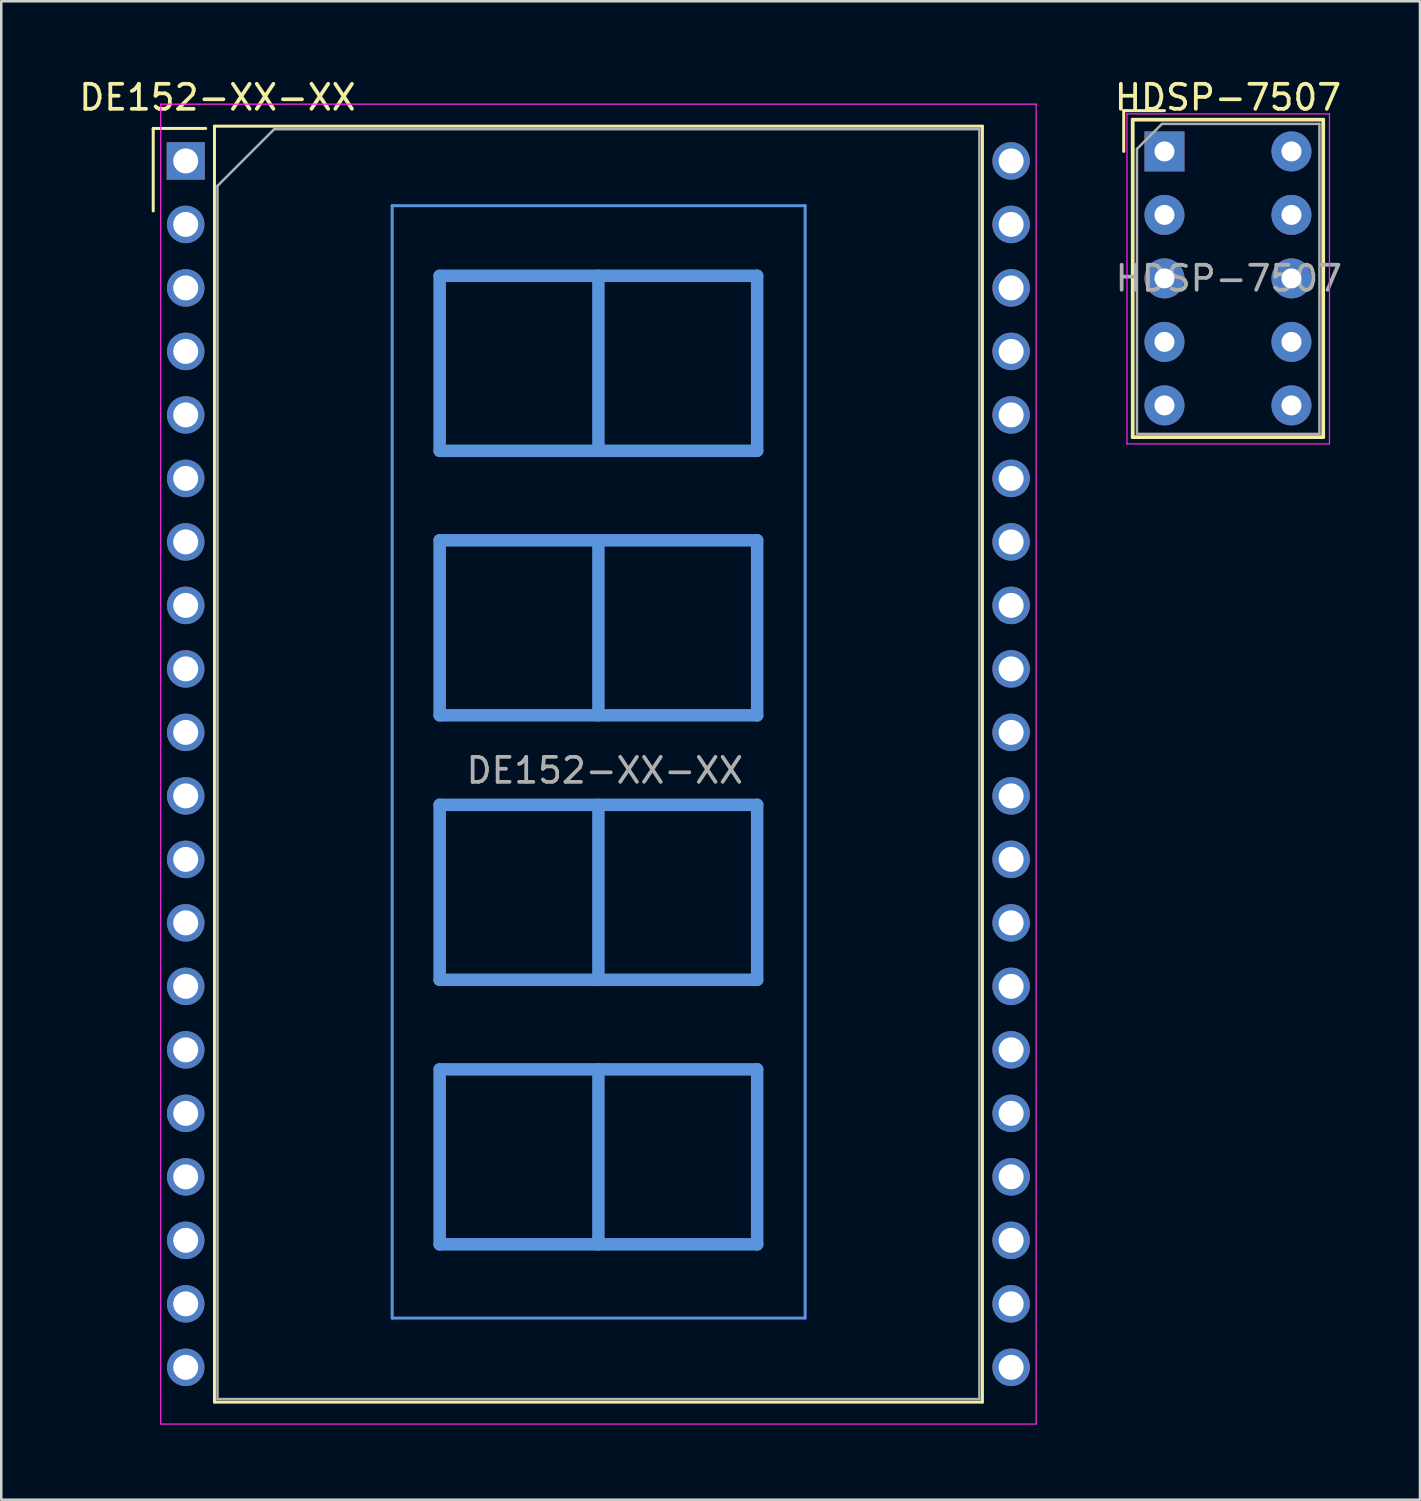
<source format=kicad_pcb>
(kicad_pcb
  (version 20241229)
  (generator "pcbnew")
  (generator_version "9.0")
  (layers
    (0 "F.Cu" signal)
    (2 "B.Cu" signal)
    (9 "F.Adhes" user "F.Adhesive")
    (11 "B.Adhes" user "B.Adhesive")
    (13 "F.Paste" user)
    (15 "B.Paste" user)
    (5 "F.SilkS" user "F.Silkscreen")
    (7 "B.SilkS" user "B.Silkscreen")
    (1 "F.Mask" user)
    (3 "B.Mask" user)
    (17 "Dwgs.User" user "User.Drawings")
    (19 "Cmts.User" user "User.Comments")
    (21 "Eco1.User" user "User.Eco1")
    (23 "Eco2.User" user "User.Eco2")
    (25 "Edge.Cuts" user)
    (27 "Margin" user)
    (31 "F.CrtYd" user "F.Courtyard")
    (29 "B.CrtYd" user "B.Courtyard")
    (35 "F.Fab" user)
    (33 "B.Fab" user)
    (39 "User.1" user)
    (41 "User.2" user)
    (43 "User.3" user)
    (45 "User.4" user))
  (footprint "DE152-XX-XX"
    (layer "F.Cu")
    (at 4.379 3.388)
    (property "Reference" "DE152-XX-XX" (at 1.27 -2.54 0) (layer "F.SilkS") (effects (font (size 1 1) (thickness 0.15))))
    (attr through_hole)
    (fp_line (start -1.3 -1.3) (end -1.3 2) (stroke (width 0.12) (type solid)) (layer "F.SilkS"))
    (fp_line (start -1.3 -1.3) (end 0.8 -1.3) (stroke (width 0.12) (type solid)) (layer "F.SilkS"))
    (fp_line (start 1.15 -1.39) (end 1.15 49.65) (stroke (width 0.12) (type solid)) (layer "F.SilkS"))
    (fp_line (start 1.15 49.65) (end 31.87 49.65) (stroke (width 0.12) (type solid)) (layer "F.SilkS"))
    (fp_line (start 31.87 -1.39) (end 1.15 -1.39) (stroke (width 0.12) (type solid)) (layer "F.SilkS"))
    (fp_line (start 31.87 49.65) (end 31.87 -1.39) (stroke (width 0.12) (type solid)) (layer "F.SilkS"))
    (fp_line (start 8.26 1.79) (end 8.26 46.29) (stroke (width 0.12) (type solid)) (layer "Cmts.User"))
    (fp_line (start 8.26 1.79) (end 24.78 1.79) (stroke (width 0.12) (type solid)) (layer "Cmts.User"))
    (fp_line (start 8.26 46.29) (end 24.78 46.29) (stroke (width 0.12) (type solid)) (layer "Cmts.User"))
    (fp_line (start 10.16 4.595) (end 22.86 4.595) (stroke (width 0.5) (type solid)) (layer "Cmts.User"))
    (fp_line (start 10.16 11.595) (end 10.16 4.595) (stroke (width 0.5) (type solid)) (layer "Cmts.User"))
    (fp_line (start 10.16 15.177) (end 22.86 15.177) (stroke (width 0.5) (type solid)) (layer "Cmts.User"))
    (fp_line (start 10.16 22.177) (end 10.16 15.177) (stroke (width 0.5) (type solid)) (layer "Cmts.User"))
    (fp_line (start 10.16 25.758) (end 22.86 25.758) (stroke (width 0.5) (type solid)) (layer "Cmts.User"))
    (fp_line (start 10.16 32.758) (end 10.16 25.758) (stroke (width 0.5) (type solid)) (layer "Cmts.User"))
    (fp_line (start 10.16 36.34) (end 22.86 36.34) (stroke (width 0.5) (type solid)) (layer "Cmts.User"))
    (fp_line (start 10.16 43.34) (end 10.16 36.34) (stroke (width 0.5) (type solid)) (layer "Cmts.User"))
    (fp_line (start 16.51 4.595) (end 16.51 11.595) (stroke (width 0.5) (type solid)) (layer "Cmts.User"))
    (fp_line (start 16.51 15.177) (end 16.51 22.177) (stroke (width 0.5) (type solid)) (layer "Cmts.User"))
    (fp_line (start 16.51 25.758) (end 16.51 32.758) (stroke (width 0.5) (type solid)) (layer "Cmts.User"))
    (fp_line (start 16.51 36.34) (end 16.51 43.34) (stroke (width 0.5) (type solid)) (layer "Cmts.User"))
    (fp_line (start 22.86 4.595) (end 22.86 11.595) (stroke (width 0.5) (type solid)) (layer "Cmts.User"))
    (fp_line (start 22.86 11.595) (end 10.16 11.595) (stroke (width 0.5) (type solid)) (layer "Cmts.User"))
    (fp_line (start 22.86 15.177) (end 22.86 22.177) (stroke (width 0.5) (type solid)) (layer "Cmts.User"))
    (fp_line (start 22.86 22.177) (end 10.16 22.177) (stroke (width 0.5) (type solid)) (layer "Cmts.User"))
    (fp_line (start 22.86 25.758) (end 22.86 32.758) (stroke (width 0.5) (type solid)) (layer "Cmts.User"))
    (fp_line (start 22.86 32.758) (end 10.16 32.758) (stroke (width 0.5) (type solid)) (layer "Cmts.User"))
    (fp_line (start 22.86 36.34) (end 22.86 43.34) (stroke (width 0.5) (type solid)) (layer "Cmts.User"))
    (fp_line (start 22.86 43.34) (end 10.16 43.34) (stroke (width 0.5) (type solid)) (layer "Cmts.User"))
    (fp_line (start 24.78 46.29) (end 24.78 1.79) (stroke (width 0.12) (type solid)) (layer "Cmts.User"))
    (fp_line (start -1 -2.27) (end 34.02 -2.27) (stroke (width 0.05) (type solid)) (layer "F.CrtYd"))
    (fp_line (start -1 50.53) (end -1 -2.27) (stroke (width 0.05) (type solid)) (layer "F.CrtYd"))
    (fp_line (start 34.02 -2.27) (end 34.02 50.53) (stroke (width 0.05) (type solid)) (layer "F.CrtYd"))
    (fp_line (start 34.02 50.53) (end -1 50.53) (stroke (width 0.05) (type solid)) (layer "F.CrtYd"))
    (fp_line (start 1.27 1) (end 3.54 -1.27) (stroke (width 0.1) (type solid)) (layer "F.Fab"))
    (fp_line (start 1.27 49.53) (end 1.27 1) (stroke (width 0.1) (type solid)) (layer "F.Fab"))
    (fp_line (start 3.54 -1.27) (end 31.75 -1.27) (stroke (width 0.1) (type solid)) (layer "F.Fab"))
    (fp_line (start 31.75 -1.27) (end 31.75 49.53) (stroke (width 0.1) (type solid)) (layer "F.Fab"))
    (fp_line (start 31.75 49.53) (end 1.27 49.53) (stroke (width 0.1) (type solid)) (layer "F.Fab"))
    (fp_text user "${REFERENCE}" (at 16.764 24.384 0) (layer "F.Fab") (effects (font (size 1 1) (thickness 0.15))))
    (pad "1" thru_hole rect (at 0 0 270) (size 1.5 1.524) (drill 1) (layers "*.Cu" "*.Mask"))
    (pad "2" thru_hole circle (at 0 2.54 270) (size 1.5 1.5) (drill 1) (layers "*.Cu" "*.Mask"))
    (pad "3" thru_hole circle (at 0 5.08 270) (size 1.5 1.5) (drill 1) (layers "*.Cu" "*.Mask"))
    (pad "4" thru_hole circle (at 0 7.62 270) (size 1.5 1.5) (drill 1) (layers "*.Cu" "*.Mask"))
    (pad "5" thru_hole circle (at 0 10.16 270) (size 1.5 1.5) (drill 1) (layers "*.Cu" "*.Mask"))
    (pad "6" thru_hole circle (at 0 12.7 270) (size 1.5 1.5) (drill 1) (layers "*.Cu" "*.Mask"))
    (pad "7" thru_hole circle (at 0 15.24 270) (size 1.5 1.5) (drill 1) (layers "*.Cu" "*.Mask"))
    (pad "8" thru_hole circle (at 0 17.78 270) (size 1.5 1.5) (drill 1) (layers "*.Cu" "*.Mask"))
    (pad "9" thru_hole circle (at 0 20.32 270) (size 1.5 1.5) (drill 1) (layers "*.Cu" "*.Mask"))
    (pad "10" thru_hole circle (at 0 22.86 270) (size 1.5 1.5) (drill 1) (layers "*.Cu" "*.Mask"))
    (pad "11" thru_hole circle (at 0 25.4 270) (size 1.5 1.5) (drill 1) (layers "*.Cu" "*.Mask"))
    (pad "12" thru_hole circle (at 0 27.94 270) (size 1.5 1.5) (drill 1) (layers "*.Cu" "*.Mask"))
    (pad "13" thru_hole circle (at 0 30.48 270) (size 1.5 1.5) (drill 1) (layers "*.Cu" "*.Mask"))
    (pad "14" thru_hole circle (at 0 33.02 270) (size 1.5 1.5) (drill 1) (layers "*.Cu" "*.Mask"))
    (pad "15" thru_hole circle (at 0 35.56 270) (size 1.5 1.5) (drill 1) (layers "*.Cu" "*.Mask"))
    (pad "16" thru_hole circle (at 0 38.1 270) (size 1.5 1.5) (drill 1) (layers "*.Cu" "*.Mask"))
    (pad "17" thru_hole circle (at 0 40.64 270) (size 1.5 1.5) (drill 1) (layers "*.Cu" "*.Mask"))
    (pad "18" thru_hole circle (at 0 43.18 270) (size 1.5 1.5) (drill 1) (layers "*.Cu" "*.Mask"))
    (pad "19" thru_hole circle (at 0 45.72 270) (size 1.5 1.5) (drill 1) (layers "*.Cu" "*.Mask"))
    (pad "20" thru_hole circle (at 0 48.26 270) (size 1.5 1.5) (drill 1) (layers "*.Cu" "*.Mask"))
    (pad "21" thru_hole circle (at 33.02 48.26 90) (size 1.5 1.5) (drill 1) (layers "*.Cu" "*.Mask"))
    (pad "22" thru_hole circle (at 33.02 45.72 90) (size 1.5 1.5) (drill 1) (layers "*.Cu" "*.Mask"))
    (pad "23" thru_hole circle (at 33.02 43.18 90) (size 1.5 1.5) (drill 1) (layers "*.Cu" "*.Mask"))
    (pad "24" thru_hole circle (at 33.02 40.64 90) (size 1.5 1.5) (drill 1) (layers "*.Cu" "*.Mask"))
    (pad "25" thru_hole circle (at 33.02 38.1 90) (size 1.5 1.5) (drill 1) (layers "*.Cu" "*.Mask"))
    (pad "26" thru_hole circle (at 33.02 35.56 270) (size 1.5 1.5) (drill 1) (layers "*.Cu" "*.Mask"))
    (pad "27" thru_hole circle (at 33.02 33.02 270) (size 1.5 1.5) (drill 1) (layers "*.Cu" "*.Mask"))
    (pad "28" thru_hole circle (at 33.02 30.48 270) (size 1.5 1.5) (drill 1) (layers "*.Cu" "*.Mask"))
    (pad "29" thru_hole circle (at 33.02 27.94 270) (size 1.5 1.5) (drill 1) (layers "*.Cu" "*.Mask"))
    (pad "30" thru_hole circle (at 33.02 25.4 270) (size 1.5 1.5) (drill 1) (layers "*.Cu" "*.Mask"))
    (pad "31" thru_hole circle (at 33.02 22.86 270) (size 1.5 1.5) (drill 1) (layers "*.Cu" "*.Mask"))
    (pad "32" thru_hole circle (at 33.02 20.32 270) (size 1.5 1.5) (drill 1) (layers "*.Cu" "*.Mask"))
    (pad "33" thru_hole circle (at 33.02 17.78 270) (size 1.5 1.5) (drill 1) (layers "*.Cu" "*.Mask"))
    (pad "34" thru_hole circle (at 33.02 15.24 270) (size 1.5 1.5) (drill 1) (layers "*.Cu" "*.Mask"))
    (pad "35" thru_hole circle (at 33.02 12.7 270) (size 1.5 1.5) (drill 1) (layers "*.Cu" "*.Mask"))
    (pad "36" thru_hole circle (at 33.02 10.16 270) (size 1.5 1.5) (drill 1) (layers "*.Cu" "*.Mask"))
    (pad "37" thru_hole circle (at 33.02 7.62 270) (size 1.5 1.5) (drill 1) (layers "*.Cu" "*.Mask"))
    (pad "38" thru_hole circle (at 33.02 5.08 270) (size 1.5 1.5) (drill 1) (layers "*.Cu" "*.Mask"))
    (pad "39" thru_hole circle (at 33.02 2.54 270) (size 1.5 1.5) (drill 1) (layers "*.Cu" "*.Mask"))
    (pad "40" thru_hole circle (at 33.02 0 270) (size 1.5 1.5) (drill 1) (layers "*.Cu" "*.Mask")))
  (footprint "HDSP-7507"
    (layer "F.Cu")
    (at 43.533 3.007)
    (property "Reference" "HDSP-7507" (at 2.54 -2.159 0) (layer "F.SilkS") (effects (font (size 1 1) (thickness 0.15))))
    (attr through_hole)
    (fp_line (start -1.63 -1.63) (end 0 -1.63) (stroke (width 0.12) (type solid)) (layer "F.SilkS"))
    (fp_line (start -1.63 0) (end -1.63 -1.63) (stroke (width 0.12) (type solid)) (layer "F.SilkS"))
    (fp_line (start -1.27 -1.27) (end -1.27 11.43) (stroke (width 0.15) (type solid)) (layer "F.SilkS"))
    (fp_line (start -1.27 11.43) (end 6.35 11.43) (stroke (width 0.15) (type solid)) (layer "F.SilkS"))
    (fp_line (start 6.35 -1.27) (end -1.27 -1.27) (stroke (width 0.15) (type solid)) (layer "F.SilkS"))
    (fp_line (start 6.35 11.43) (end 6.35 -1.27) (stroke (width 0.15) (type solid)) (layer "F.SilkS"))
    (fp_line (start -1.5 -1.5) (end 6.6 -1.5) (stroke (width 0.05) (type solid)) (layer "F.CrtYd"))
    (fp_line (start -1.5 11.7) (end -1.5 -1.5) (stroke (width 0.05) (type solid)) (layer "F.CrtYd"))
    (fp_line (start 6.6 -1.5) (end 6.6 11.7) (stroke (width 0.05) (type solid)) (layer "F.CrtYd"))
    (fp_line (start 6.6 11.7) (end -1.5 11.7) (stroke (width 0.05) (type solid)) (layer "F.CrtYd"))
    (fp_line (start -1.1 -0.1) (end -0.1 -1.1) (stroke (width 0.1) (type solid)) (layer "F.Fab"))
    (fp_line (start -1.1 11.3) (end -1.1 -0.1) (stroke (width 0.1) (type solid)) (layer "F.Fab"))
    (fp_line (start -0.1 -1.1) (end 6.2 -1.1) (stroke (width 0.1) (type solid)) (layer "F.Fab"))
    (fp_line (start 6.2 -1.1) (end 6.2 11.3) (stroke (width 0.1) (type solid)) (layer "F.Fab"))
    (fp_line (start 6.2 11.3) (end -1.1 11.3) (stroke (width 0.1) (type solid)) (layer "F.Fab"))
    (fp_text user "${REFERENCE}" (at 2.573 5.08 0) (layer "F.Fab") (effects (font (size 1 1) (thickness 0.15))))
    (pad "1" thru_hole rect (at 0 0) (size 1.6 1.6) (drill 0.8) (layers "*.Cu" "*.Mask"))
    (pad "2" thru_hole circle (at 0 2.54) (size 1.6 1.6) (drill 0.8) (layers "*.Cu" "*.Mask"))
    (pad "3" thru_hole circle (at 0 5.08) (size 1.6 1.6) (drill 0.8) (layers "*.Cu" "*.Mask"))
    (pad "4" thru_hole circle (at 0 7.62) (size 1.6 1.6) (drill 0.8) (layers "*.Cu" "*.Mask"))
    (pad "5" thru_hole circle (at 0 10.16) (size 1.6 1.6) (drill 0.8) (layers "*.Cu" "*.Mask"))
    (pad "6" thru_hole circle (at 5.08 10.16) (size 1.6 1.6) (drill 0.8) (layers "*.Cu" "*.Mask"))
    (pad "7" thru_hole circle (at 5.08 7.62) (size 1.6 1.6) (drill 0.8) (layers "*.Cu" "*.Mask"))
    (pad "8" thru_hole circle (at 5.08 5.08) (size 1.6 1.6) (drill 0.8) (layers "*.Cu" "*.Mask"))
    (pad "9" thru_hole circle (at 5.08 2.54) (size 1.6 1.6) (drill 0.8) (layers "*.Cu" "*.Mask"))
    (pad "10" thru_hole circle (at 5.08 0) (size 1.6 1.6) (drill 0.8) (layers "*.Cu" "*.Mask")))
  (gr_rect
    (start -3 -3)
    (end 53.754 56.943)
    (stroke (width 0.1) (type default))
    (fill no)
    (layer "Edge.Cuts")))
</source>
